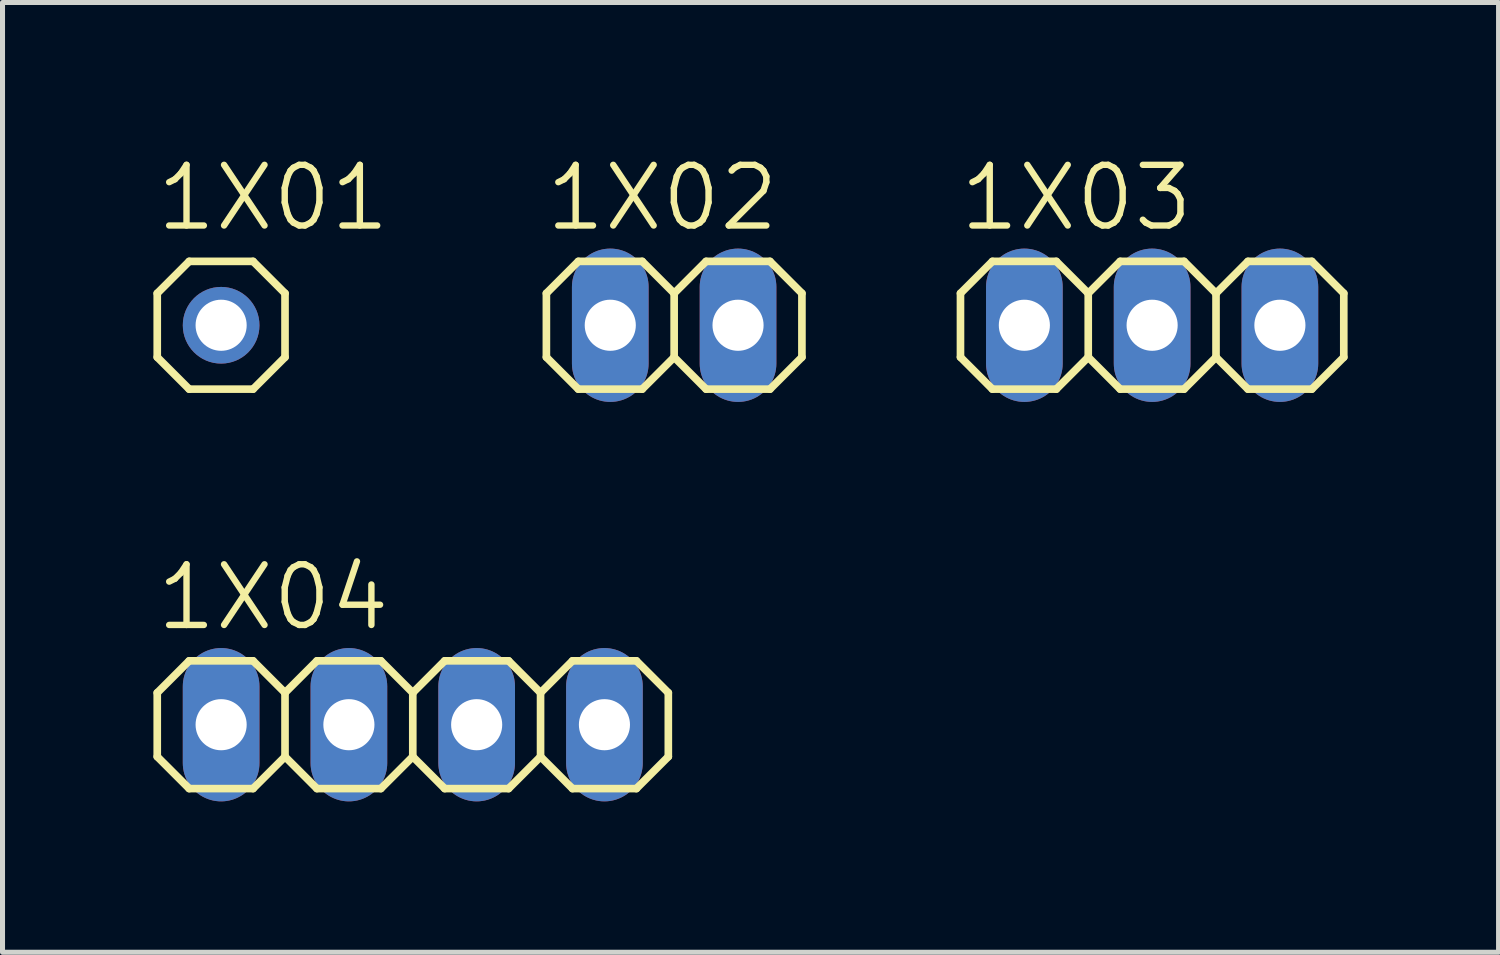
<source format=kicad_pcb>
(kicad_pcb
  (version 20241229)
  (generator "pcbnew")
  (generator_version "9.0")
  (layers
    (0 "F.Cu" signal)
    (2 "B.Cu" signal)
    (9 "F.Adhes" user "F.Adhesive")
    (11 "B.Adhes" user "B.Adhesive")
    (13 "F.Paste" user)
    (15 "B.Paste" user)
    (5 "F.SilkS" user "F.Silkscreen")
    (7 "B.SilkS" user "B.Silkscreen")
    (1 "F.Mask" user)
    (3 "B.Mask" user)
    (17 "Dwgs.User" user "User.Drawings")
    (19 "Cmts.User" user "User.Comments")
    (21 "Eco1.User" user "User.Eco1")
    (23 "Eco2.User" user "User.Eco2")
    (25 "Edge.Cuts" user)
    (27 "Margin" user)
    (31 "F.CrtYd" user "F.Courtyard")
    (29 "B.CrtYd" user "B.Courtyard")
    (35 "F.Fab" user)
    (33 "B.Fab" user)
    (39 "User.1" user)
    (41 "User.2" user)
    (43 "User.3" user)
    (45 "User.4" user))
  (footprint "1X02"
    (layer "F.Cu")
    (at 10.352 3.416)
    (property "Reference" "1X02" (at -2.616 -1.829 0) (layer "F.SilkS") (effects (font (size 1.206 1.206) (thickness 0.127)) (justify left bottom)))
    (attr through_hole)
    (fp_line (start -2.54 -0.635) (end -2.54 0.635) (stroke (width 0.152) (type solid)) (layer "F.SilkS"))
    (fp_line (start -2.54 0.635) (end -1.905 1.27) (stroke (width 0.152) (type solid)) (layer "F.SilkS"))
    (fp_line (start -1.905 -1.27) (end -2.54 -0.635) (stroke (width 0.152) (type solid)) (layer "F.SilkS"))
    (fp_line (start -1.905 -1.27) (end -0.635 -1.27) (stroke (width 0.152) (type solid)) (layer "F.SilkS"))
    (fp_line (start -0.635 -1.27) (end 0 -0.635) (stroke (width 0.152) (type solid)) (layer "F.SilkS"))
    (fp_line (start -0.635 1.27) (end -1.905 1.27) (stroke (width 0.152) (type solid)) (layer "F.SilkS"))
    (fp_line (start 0 -0.635) (end 0 0.635) (stroke (width 0.152) (type solid)) (layer "F.SilkS"))
    (fp_line (start 0 -0.635) (end 0.635 -1.27) (stroke (width 0.152) (type solid)) (layer "F.SilkS"))
    (fp_line (start 0 0.635) (end -0.635 1.27) (stroke (width 0.152) (type solid)) (layer "F.SilkS"))
    (fp_line (start 0.635 -1.27) (end 1.905 -1.27) (stroke (width 0.152) (type solid)) (layer "F.SilkS"))
    (fp_line (start 0.635 1.27) (end 0 0.635) (stroke (width 0.152) (type solid)) (layer "F.SilkS"))
    (fp_line (start 1.905 -1.27) (end 2.54 -0.635) (stroke (width 0.152) (type solid)) (layer "F.SilkS"))
    (fp_line (start 1.905 1.27) (end 0.635 1.27) (stroke (width 0.152) (type solid)) (layer "F.SilkS"))
    (fp_line (start 2.54 -0.635) (end 2.54 0.635) (stroke (width 0.152) (type solid)) (layer "F.SilkS"))
    (fp_line (start 2.54 0.635) (end 1.905 1.27) (stroke (width 0.152) (type solid)) (layer "F.SilkS"))
    (fp_poly (pts (xy -1.524 0.254) (xy -1.016 0.254) (xy -1.016 -0.254) (xy -1.524 -0.254)) (stroke (width 0.1) (type solid)) (fill no) (layer "F.Fab"))
    (fp_poly (pts (xy 1.016 0.254) (xy 1.524 0.254) (xy 1.524 -0.254) (xy 1.016 -0.254)) (stroke (width 0.1) (type solid)) (fill no) (layer "F.Fab"))
    (pad "1" thru_hole oval (at -1.27 0 90) (size 3.048 1.524) (drill 1.016) (layers "*.Cu" "*.Mask"))
    (pad "2" thru_hole oval (at 1.27 0 90) (size 3.048 1.524) (drill 1.016) (layers "*.Cu" "*.Mask")))
  (footprint "1X03"
    (layer "F.Cu")
    (at 19.854 3.416)
    (property "Reference" "1X03" (at -3.886 -1.829 0) (layer "F.SilkS") (effects (font (size 1.206 1.206) (thickness 0.127)) (justify left bottom)))
    (attr through_hole)
    (fp_line (start -3.81 -0.635) (end -3.81 0.635) (stroke (width 0.152) (type solid)) (layer "F.SilkS"))
    (fp_line (start -3.81 0.635) (end -3.175 1.27) (stroke (width 0.152) (type solid)) (layer "F.SilkS"))
    (fp_line (start -3.175 -1.27) (end -3.81 -0.635) (stroke (width 0.152) (type solid)) (layer "F.SilkS"))
    (fp_line (start -3.175 -1.27) (end -1.905 -1.27) (stroke (width 0.152) (type solid)) (layer "F.SilkS"))
    (fp_line (start -1.905 -1.27) (end -1.27 -0.635) (stroke (width 0.152) (type solid)) (layer "F.SilkS"))
    (fp_line (start -1.905 1.27) (end -3.175 1.27) (stroke (width 0.152) (type solid)) (layer "F.SilkS"))
    (fp_line (start -1.27 -0.635) (end -1.27 0.635) (stroke (width 0.152) (type solid)) (layer "F.SilkS"))
    (fp_line (start -1.27 -0.635) (end -0.635 -1.27) (stroke (width 0.152) (type solid)) (layer "F.SilkS"))
    (fp_line (start -1.27 0.635) (end -1.905 1.27) (stroke (width 0.152) (type solid)) (layer "F.SilkS"))
    (fp_line (start -0.635 -1.27) (end 0.635 -1.27) (stroke (width 0.152) (type solid)) (layer "F.SilkS"))
    (fp_line (start -0.635 1.27) (end -1.27 0.635) (stroke (width 0.152) (type solid)) (layer "F.SilkS"))
    (fp_line (start 0.635 -1.27) (end 1.27 -0.635) (stroke (width 0.152) (type solid)) (layer "F.SilkS"))
    (fp_line (start 0.635 1.27) (end -0.635 1.27) (stroke (width 0.152) (type solid)) (layer "F.SilkS"))
    (fp_line (start 1.27 -0.635) (end 1.27 0.635) (stroke (width 0.152) (type solid)) (layer "F.SilkS"))
    (fp_line (start 1.27 -0.635) (end 1.905 -1.27) (stroke (width 0.152) (type solid)) (layer "F.SilkS"))
    (fp_line (start 1.27 0.635) (end 0.635 1.27) (stroke (width 0.152) (type solid)) (layer "F.SilkS"))
    (fp_line (start 1.905 -1.27) (end 3.175 -1.27) (stroke (width 0.152) (type solid)) (layer "F.SilkS"))
    (fp_line (start 1.905 1.27) (end 1.27 0.635) (stroke (width 0.152) (type solid)) (layer "F.SilkS"))
    (fp_line (start 3.175 -1.27) (end 3.81 -0.635) (stroke (width 0.152) (type solid)) (layer "F.SilkS"))
    (fp_line (start 3.175 1.27) (end 1.905 1.27) (stroke (width 0.152) (type solid)) (layer "F.SilkS"))
    (fp_line (start 3.81 -0.635) (end 3.81 0.635) (stroke (width 0.152) (type solid)) (layer "F.SilkS"))
    (fp_line (start 3.81 0.635) (end 3.175 1.27) (stroke (width 0.152) (type solid)) (layer "F.SilkS"))
    (fp_poly (pts (xy -2.794 0.254) (xy -2.286 0.254) (xy -2.286 -0.254) (xy -2.794 -0.254)) (stroke (width 0.1) (type solid)) (fill no) (layer "F.Fab"))
    (fp_poly (pts (xy -0.254 0.254) (xy 0.254 0.254) (xy 0.254 -0.254) (xy -0.254 -0.254)) (stroke (width 0.1) (type solid)) (fill no) (layer "F.Fab"))
    (fp_poly (pts (xy 2.286 0.254) (xy 2.794 0.254) (xy 2.794 -0.254) (xy 2.286 -0.254)) (stroke (width 0.1) (type solid)) (fill no) (layer "F.Fab"))
    (pad "1" thru_hole oval (at -2.54 0 90) (size 3.048 1.524) (drill 1.016) (layers "*.Cu" "*.Mask"))
    (pad "2" thru_hole oval (at 0 0 90) (size 3.048 1.524) (drill 1.016) (layers "*.Cu" "*.Mask"))
    (pad "3" thru_hole oval (at 2.54 0 90) (size 3.048 1.524) (drill 1.016) (layers "*.Cu" "*.Mask")))
  (footprint "1X01"
    (layer "F.Cu")
    (at 1.346 3.416)
    (property "Reference" "1X01" (at -1.346 -1.829 0) (layer "F.SilkS") (effects (font (size 1.206 1.206) (thickness 0.127)) (justify left bottom)))
    (attr through_hole)
    (fp_line (start -1.27 -0.635) (end -1.27 0.635) (stroke (width 0.152) (type solid)) (layer "F.SilkS"))
    (fp_line (start -1.27 0.635) (end -0.635 1.27) (stroke (width 0.152) (type solid)) (layer "F.SilkS"))
    (fp_line (start -0.635 -1.27) (end -1.27 -0.635) (stroke (width 0.152) (type solid)) (layer "F.SilkS"))
    (fp_line (start -0.635 -1.27) (end 0.635 -1.27) (stroke (width 0.152) (type solid)) (layer "F.SilkS"))
    (fp_line (start 0.635 -1.27) (end 1.27 -0.635) (stroke (width 0.152) (type solid)) (layer "F.SilkS"))
    (fp_line (start 0.635 1.27) (end -0.635 1.27) (stroke (width 0.152) (type solid)) (layer "F.SilkS"))
    (fp_line (start 1.27 -0.635) (end 1.27 0.635) (stroke (width 0.152) (type solid)) (layer "F.SilkS"))
    (fp_line (start 1.27 0.635) (end 0.635 1.27) (stroke (width 0.152) (type solid)) (layer "F.SilkS"))
    (fp_poly (pts (xy -0.254 0.254) (xy 0.254 0.254) (xy 0.254 -0.254) (xy -0.254 -0.254)) (stroke (width 0.1) (type solid)) (fill no) (layer "F.Fab"))
    (pad "1" thru_hole circle (at 0 0) (size 1.524 1.524) (drill 1.016) (layers "*.Cu" "*.Mask")))
  (footprint "1X04"
    (layer "F.Cu")
    (at 5.156 11.357)
    (property "Reference" "1X04" (at -5.156 -1.829 0) (layer "F.SilkS") (effects (font (size 1.206 1.206) (thickness 0.127)) (justify left bottom)))
    (attr through_hole)
    (fp_line (start -5.08 -0.635) (end -5.08 0.635) (stroke (width 0.152) (type solid)) (layer "F.SilkS"))
    (fp_line (start -5.08 0.635) (end -4.445 1.27) (stroke (width 0.152) (type solid)) (layer "F.SilkS"))
    (fp_line (start -4.445 -1.27) (end -5.08 -0.635) (stroke (width 0.152) (type solid)) (layer "F.SilkS"))
    (fp_line (start -4.445 -1.27) (end -3.175 -1.27) (stroke (width 0.152) (type solid)) (layer "F.SilkS"))
    (fp_line (start -3.175 -1.27) (end -2.54 -0.635) (stroke (width 0.152) (type solid)) (layer "F.SilkS"))
    (fp_line (start -3.175 1.27) (end -4.445 1.27) (stroke (width 0.152) (type solid)) (layer "F.SilkS"))
    (fp_line (start -2.54 -0.635) (end -2.54 0.635) (stroke (width 0.152) (type solid)) (layer "F.SilkS"))
    (fp_line (start -2.54 -0.635) (end -1.905 -1.27) (stroke (width 0.152) (type solid)) (layer "F.SilkS"))
    (fp_line (start -2.54 0.635) (end -3.175 1.27) (stroke (width 0.152) (type solid)) (layer "F.SilkS"))
    (fp_line (start -1.905 -1.27) (end -0.635 -1.27) (stroke (width 0.152) (type solid)) (layer "F.SilkS"))
    (fp_line (start -1.905 1.27) (end -2.54 0.635) (stroke (width 0.152) (type solid)) (layer "F.SilkS"))
    (fp_line (start -0.635 -1.27) (end 0 -0.635) (stroke (width 0.152) (type solid)) (layer "F.SilkS"))
    (fp_line (start -0.635 1.27) (end -1.905 1.27) (stroke (width 0.152) (type solid)) (layer "F.SilkS"))
    (fp_line (start 0 -0.635) (end 0 0.635) (stroke (width 0.152) (type solid)) (layer "F.SilkS"))
    (fp_line (start 0 -0.635) (end 0.635 -1.27) (stroke (width 0.152) (type solid)) (layer "F.SilkS"))
    (fp_line (start 0 0.635) (end -0.635 1.27) (stroke (width 0.152) (type solid)) (layer "F.SilkS"))
    (fp_line (start 0.635 -1.27) (end 1.905 -1.27) (stroke (width 0.152) (type solid)) (layer "F.SilkS"))
    (fp_line (start 0.635 1.27) (end 0 0.635) (stroke (width 0.152) (type solid)) (layer "F.SilkS"))
    (fp_line (start 1.905 -1.27) (end 2.54 -0.635) (stroke (width 0.152) (type solid)) (layer "F.SilkS"))
    (fp_line (start 1.905 1.27) (end 0.635 1.27) (stroke (width 0.152) (type solid)) (layer "F.SilkS"))
    (fp_line (start 2.54 -0.635) (end 2.54 0.635) (stroke (width 0.152) (type solid)) (layer "F.SilkS"))
    (fp_line (start 2.54 0.635) (end 1.905 1.27) (stroke (width 0.152) (type solid)) (layer "F.SilkS"))
    (fp_line (start 2.54 0.635) (end 3.175 1.27) (stroke (width 0.152) (type solid)) (layer "F.SilkS"))
    (fp_line (start 3.175 -1.27) (end 2.54 -0.635) (stroke (width 0.152) (type solid)) (layer "F.SilkS"))
    (fp_line (start 3.175 -1.27) (end 4.445 -1.27) (stroke (width 0.152) (type solid)) (layer "F.SilkS"))
    (fp_line (start 4.445 -1.27) (end 5.08 -0.635) (stroke (width 0.152) (type solid)) (layer "F.SilkS"))
    (fp_line (start 4.445 1.27) (end 3.175 1.27) (stroke (width 0.152) (type solid)) (layer "F.SilkS"))
    (fp_line (start 5.08 -0.635) (end 5.08 0.635) (stroke (width 0.152) (type solid)) (layer "F.SilkS"))
    (fp_line (start 5.08 0.635) (end 4.445 1.27) (stroke (width 0.152) (type solid)) (layer "F.SilkS"))
    (fp_poly (pts (xy -4.064 0.254) (xy -3.556 0.254) (xy -3.556 -0.254) (xy -4.064 -0.254)) (stroke (width 0.1) (type solid)) (fill no) (layer "F.Fab"))
    (fp_poly (pts (xy -1.524 0.254) (xy -1.016 0.254) (xy -1.016 -0.254) (xy -1.524 -0.254)) (stroke (width 0.1) (type solid)) (fill no) (layer "F.Fab"))
    (fp_poly (pts (xy 1.016 0.254) (xy 1.524 0.254) (xy 1.524 -0.254) (xy 1.016 -0.254)) (stroke (width 0.1) (type solid)) (fill no) (layer "F.Fab"))
    (fp_poly (pts (xy 3.556 0.254) (xy 4.064 0.254) (xy 4.064 -0.254) (xy 3.556 -0.254)) (stroke (width 0.1) (type solid)) (fill no) (layer "F.Fab"))
    (pad "1" thru_hole oval (at -3.81 0 90) (size 3.048 1.524) (drill 1.016) (layers "*.Cu" "*.Mask"))
    (pad "2" thru_hole oval (at -1.27 0 90) (size 3.048 1.524) (drill 1.016) (layers "*.Cu" "*.Mask"))
    (pad "3" thru_hole oval (at 1.27 0 90) (size 3.048 1.524) (drill 1.016) (layers "*.Cu" "*.Mask"))
    (pad "4" thru_hole oval (at 3.81 0 90) (size 3.048 1.524) (drill 1.016) (layers "*.Cu" "*.Mask")))
  (gr_rect
    (start -3 -3)
    (end 26.741 15.881)
    (stroke (width 0.1) (type default))
    (fill no)
    (layer "Edge.Cuts")))
</source>
